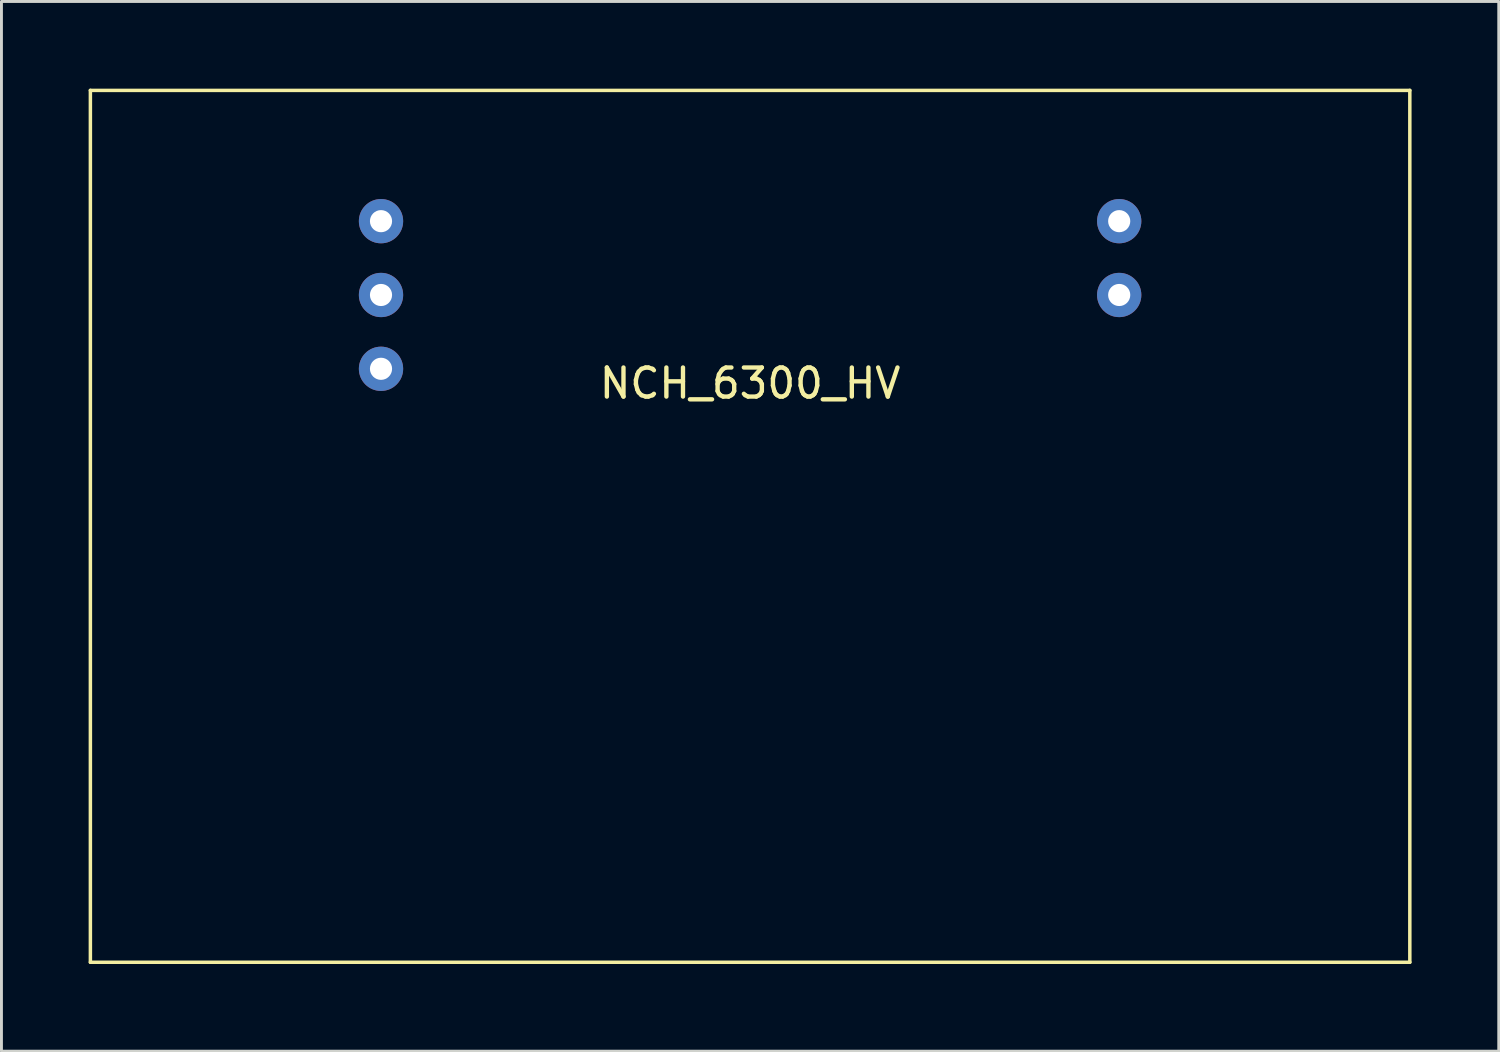
<source format=kicad_pcb>
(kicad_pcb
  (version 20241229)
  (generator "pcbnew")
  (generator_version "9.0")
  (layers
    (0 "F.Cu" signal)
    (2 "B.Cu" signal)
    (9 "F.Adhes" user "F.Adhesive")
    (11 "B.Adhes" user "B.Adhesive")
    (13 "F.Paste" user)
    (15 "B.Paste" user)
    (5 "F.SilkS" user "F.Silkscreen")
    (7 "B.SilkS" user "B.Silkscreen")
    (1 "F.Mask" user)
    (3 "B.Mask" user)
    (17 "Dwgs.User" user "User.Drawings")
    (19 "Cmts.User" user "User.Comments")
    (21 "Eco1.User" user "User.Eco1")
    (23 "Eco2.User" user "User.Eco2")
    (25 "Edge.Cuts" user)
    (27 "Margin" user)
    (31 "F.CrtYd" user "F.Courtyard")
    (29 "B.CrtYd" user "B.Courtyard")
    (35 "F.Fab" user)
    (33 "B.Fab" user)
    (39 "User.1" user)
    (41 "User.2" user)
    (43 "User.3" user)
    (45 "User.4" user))
  (footprint "NCH_6300_HV"
    (layer "F.Cu")
    (at 15.14 9.64)
    (property "Reference" "NCH_6300_HV" (at 7.62 0.5 0) (layer "F.SilkS") (effects (font (size 1 1) (thickness 0.15))))
    (attr through_hole)
    (fp_line (start -15.08 -9.58) (end -15.08 20.42) (stroke (width 0.12) (type solid)) (layer "F.SilkS"))
    (fp_line (start -15.08 20.42) (end 30.32 20.42) (stroke (width 0.12) (type solid)) (layer "F.SilkS"))
    (fp_line (start 30.32 -9.58) (end -15.08 -9.58) (stroke (width 0.12) (type solid)) (layer "F.SilkS"))
    (fp_line (start 30.32 -9.58) (end 30.32 20.42) (stroke (width 0.12) (type solid)) (layer "F.SilkS"))
    (pad "1" thru_hole circle (at -5.08 -5.08) (size 1.524 1.524) (drill 0.762) (layers "*.Cu" "*.Mask"))
    (pad "2" thru_hole circle (at -5.08 -2.54) (size 1.524 1.524) (drill 0.762) (layers "*.Cu" "*.Mask"))
    (pad "3" thru_hole circle (at -5.08 0) (size 1.524 1.524) (drill 0.762) (layers "*.Cu" "*.Mask"))
    (pad "4" thru_hole circle (at 20.32 -5.08) (size 1.524 1.524) (drill 0.762) (layers "*.Cu" "*.Mask"))
    (pad "5" thru_hole circle (at 20.32 -2.54) (size 1.524 1.524) (drill 0.762) (layers "*.Cu" "*.Mask")))
  (gr_rect
    (start -3 -3)
    (end 48.52 33.12)
    (stroke (width 0.1) (type default))
    (fill no)
    (layer "Edge.Cuts")))
</source>
